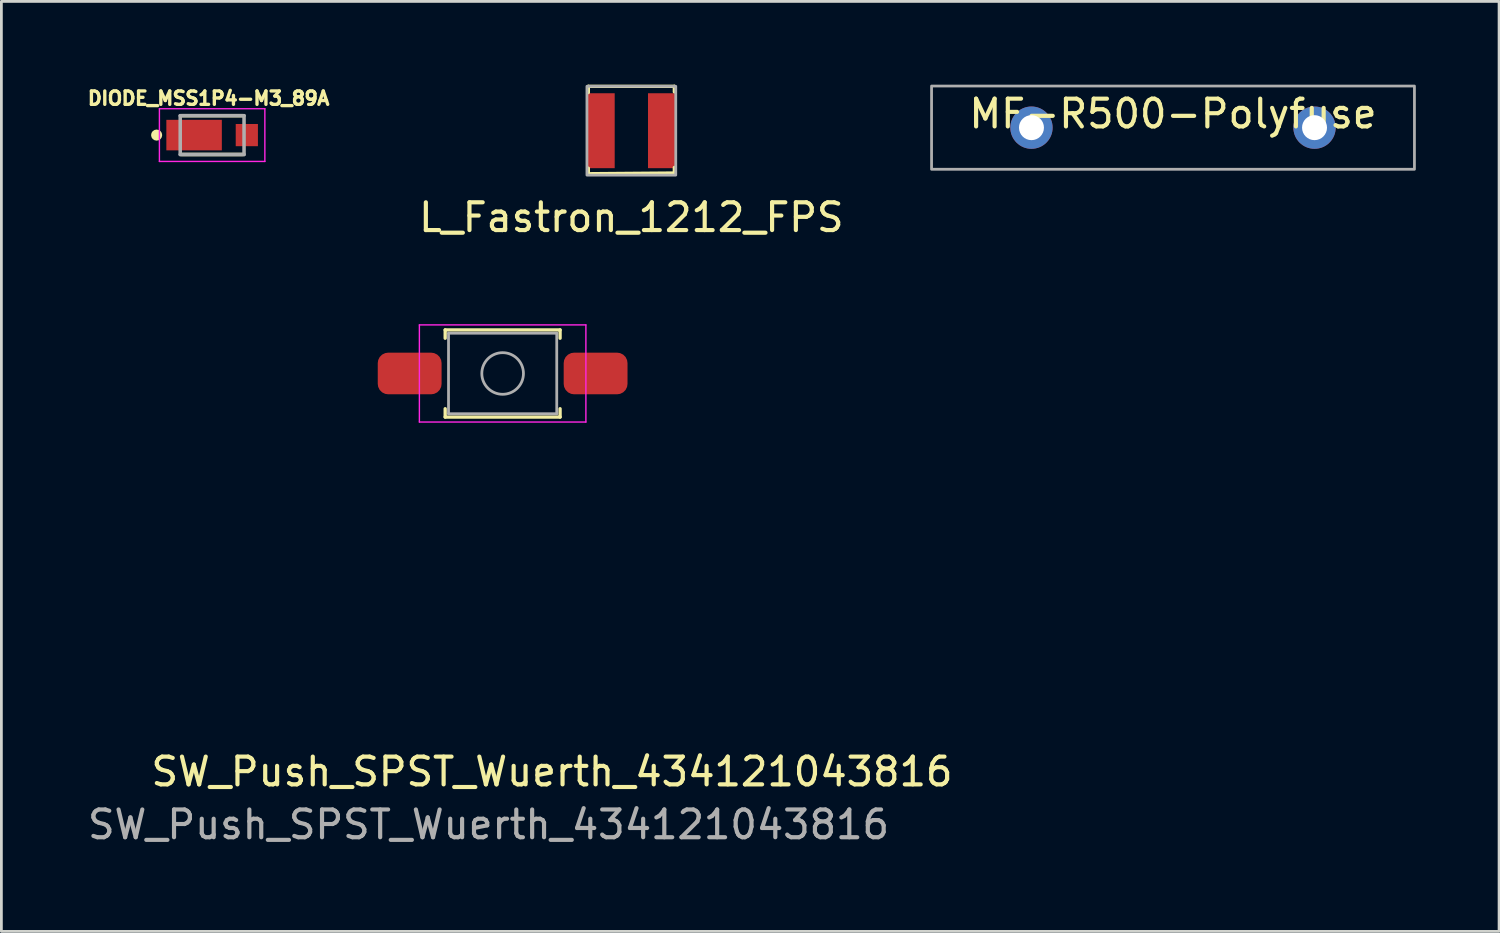
<source format=kicad_pcb>
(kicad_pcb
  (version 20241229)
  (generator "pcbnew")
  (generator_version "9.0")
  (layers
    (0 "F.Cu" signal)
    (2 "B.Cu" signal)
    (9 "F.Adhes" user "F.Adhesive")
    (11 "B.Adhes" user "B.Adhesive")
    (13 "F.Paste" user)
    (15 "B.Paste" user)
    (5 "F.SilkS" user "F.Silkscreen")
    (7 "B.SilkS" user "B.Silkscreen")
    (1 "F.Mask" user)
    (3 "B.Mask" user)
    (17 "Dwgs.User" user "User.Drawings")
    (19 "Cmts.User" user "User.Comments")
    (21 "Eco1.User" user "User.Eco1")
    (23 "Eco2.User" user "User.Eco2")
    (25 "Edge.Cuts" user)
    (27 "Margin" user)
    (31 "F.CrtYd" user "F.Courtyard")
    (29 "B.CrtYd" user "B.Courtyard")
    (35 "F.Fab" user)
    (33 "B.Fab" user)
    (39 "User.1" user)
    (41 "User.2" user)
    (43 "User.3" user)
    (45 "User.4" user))
  (footprint "MF-R500-Polyfuse"
    (layer "F.Cu")
    (at 39.218 1.55)
    (property "Reference" "MF-R500-Polyfuse" (at 0 -0.5 0) (unlocked yes) (layer "F.SilkS") (effects (font (size 1 1) (thickness 0.15))))
    (attr through_hole)
    (fp_rect (start -8.7 -1.5) (end 8.7 1.5) (stroke (width 0.1) (type solid)) (fill no) (layer "F.Fab"))
    (pad "1" thru_hole circle (at -5.1 0) (size 1.524 1.524) (drill 0.9) (layers "*.Cu" "*.Mask"))
    (pad "2" thru_hole circle (at 5.1 0) (size 1.524 1.524) (drill 0.9) (layers "*.Cu" "*.Mask")))
  (footprint "L_Fastron_1212_FPS"
    (layer "F.Cu")
    (at 19.7 1.66)
    (property "Reference" "L_Fastron_1212_FPS" (at 0 3.125 0) (unlocked yes) (layer "F.SilkS") (effects (font (size 1 1) (thickness 0.15))))
    (attr smd)
    (fp_line (start -1.55 -1.6) (end 1.55 -1.6) (stroke (width 0.12) (type solid)) (layer "F.SilkS"))
    (fp_line (start -1.55 -1.375) (end -1.55 -1.6) (stroke (width 0.12) (type solid)) (layer "F.SilkS"))
    (fp_line (start -1.55 1.35) (end -1.55 1.55) (stroke (width 0.12) (type solid)) (layer "F.SilkS"))
    (fp_line (start -1.55 1.55) (end 1.55 1.525) (stroke (width 0.12) (type solid)) (layer "F.SilkS"))
    (fp_line (start 1.55 -1.6) (end 1.55 -1.4) (stroke (width 0.12) (type solid)) (layer "F.SilkS"))
    (fp_line (start 1.55 1.525) (end 1.55 1.325) (stroke (width 0.12) (type solid)) (layer "F.SilkS"))
    (fp_rect (start -1.6 -1.6) (end 1.6 1.6) (stroke (width 0.1) (type solid)) (fill no) (layer "F.Fab"))
    (pad "1" smd rect (at -1.1 0) (size 1 2.7) (layers "F.Cu" "F.Mask" "F.Paste"))
    (pad "2" smd rect (at 1.1 0) (size 1 2.7) (layers "F.Cu" "F.Mask" "F.Paste")))
  (footprint "DIODE_MSS1P4-M3_89A"
    (layer "F.Cu")
    (at 4.594 1.818)
    (property "Reference" "DIODE_MSS1P4-M3_89A" (at -0.127 -1.325 0) (layer "F.SilkS") (effects (font (size 0.482 0.482) (thickness 0.15))))
    (attr through_hole)
    (fp_line (start -1.1 -0.7) (end 1.1 -0.7) (stroke (width 0.127) (type solid)) (layer "F.SilkS"))
    (fp_line (start 1.1 0.7) (end -1.1 0.7) (stroke (width 0.127) (type solid)) (layer "F.SilkS"))
    (fp_circle (center -2 0) (end -1.9 0) (stroke (width 0.2) (type solid)) (fill no) (layer "F.SilkS"))
    (fp_line (start -1.9 -0.95) (end 1.9 -0.95) (stroke (width 0.05) (type solid)) (layer "F.CrtYd"))
    (fp_line (start -1.9 0.95) (end -1.9 -0.95) (stroke (width 0.05) (type solid)) (layer "F.CrtYd"))
    (fp_line (start 1.9 -0.95) (end 1.9 0.95) (stroke (width 0.05) (type solid)) (layer "F.CrtYd"))
    (fp_line (start 1.9 0.95) (end -1.9 0.95) (stroke (width 0.05) (type solid)) (layer "F.CrtYd"))
    (fp_line (start -1.15 -0.7) (end 1.15 -0.7) (stroke (width 0.127) (type solid)) (layer "F.Fab"))
    (fp_line (start -1.15 0.7) (end -1.15 -0.7) (stroke (width 0.127) (type solid)) (layer "F.Fab"))
    (fp_line (start 1.15 -0.7) (end 1.15 0.7) (stroke (width 0.127) (type solid)) (layer "F.Fab"))
    (fp_line (start 1.15 0.7) (end -1.15 0.7) (stroke (width 0.127) (type solid)) (layer "F.Fab"))
    (pad "1" smd rect (at -0.65 0) (size 2 1.1) (layers "F.Cu" "F.Mask" "F.Paste"))
    (pad "2" smd rect (at 1.25 0) (size 0.8 0.8) (layers "F.Cu" "F.Mask" "F.Paste")))
  (footprint "SW_Push_SPST_Wuerth_434121043816"
    (layer "F.Cu")
    (at 15.062 10.408)
    (property "Reference" "SW_Push_SPST_Wuerth_434121043816" (at 1.778 14.351 0) (layer "F.SilkS") (effects (font (size 1 1) (thickness 0.15))))
    (attr smd)
    (fp_line (start -2.07 -1.57) (end 2.07 -1.57) (stroke (width 0.12) (type solid)) (layer "F.SilkS"))
    (fp_line (start -2.07 -1.27) (end -2.07 -1.57) (stroke (width 0.12) (type solid)) (layer "F.SilkS"))
    (fp_line (start -2.07 1.57) (end -2.07 1.27) (stroke (width 0.12) (type solid)) (layer "F.SilkS"))
    (fp_line (start 2.07 -1.57) (end 2.07 -1.27) (stroke (width 0.12) (type solid)) (layer "F.SilkS"))
    (fp_line (start 2.07 1.27) (end 2.07 1.57) (stroke (width 0.12) (type solid)) (layer "F.SilkS"))
    (fp_line (start 2.07 1.57) (end -2.07 1.57) (stroke (width 0.12) (type solid)) (layer "F.SilkS"))
    (fp_line (start -3 -1.75) (end 3 -1.75) (stroke (width 0.05) (type solid)) (layer "F.CrtYd"))
    (fp_line (start -3 1.75) (end -3 -1.75) (stroke (width 0.05) (type solid)) (layer "F.CrtYd"))
    (fp_line (start -3 1.75) (end 3 1.75) (stroke (width 0.05) (type solid)) (layer "F.CrtYd"))
    (fp_line (start 3 -1.75) (end 3 1.75) (stroke (width 0.05) (type solid)) (layer "F.CrtYd"))
    (fp_line (start -1.95 -1.45) (end 1.95 -1.45) (stroke (width 0.1) (type solid)) (layer "F.Fab"))
    (fp_line (start -1.95 1.45) (end -1.95 -1.45) (stroke (width 0.1) (type solid)) (layer "F.Fab"))
    (fp_line (start 1.95 -1.45) (end 1.95 1.45) (stroke (width 0.1) (type solid)) (layer "F.Fab"))
    (fp_line (start 1.95 1.45) (end -1.95 1.45) (stroke (width 0.1) (type solid)) (layer "F.Fab"))
    (fp_circle (center 0 0) (end 0.75 0) (stroke (width 0.1) (type solid)) (fill no) (layer "F.Fab"))
    (fp_text user "${REFERENCE}" (at -0.508 16.256 0) (layer "F.Fab") (effects (font (size 1 1) (thickness 0.15))))
    (pad "1" smd roundrect (at -3.35 0) (size 2.3 1.5) (layers "F.Cu" "F.Mask" "F.Paste") (roundrect_rratio 0.25))
    (pad "2" smd roundrect (at 3.35 0) (size 2.3 1.5) (layers "F.Cu" "F.Mask" "F.Paste") (roundrect_rratio 0.25)))
  (gr_rect
    (start -3 -3)
    (end 50.968 30.512)
    (stroke (width 0.1) (type default))
    (fill no)
    (layer "Edge.Cuts")))
</source>
